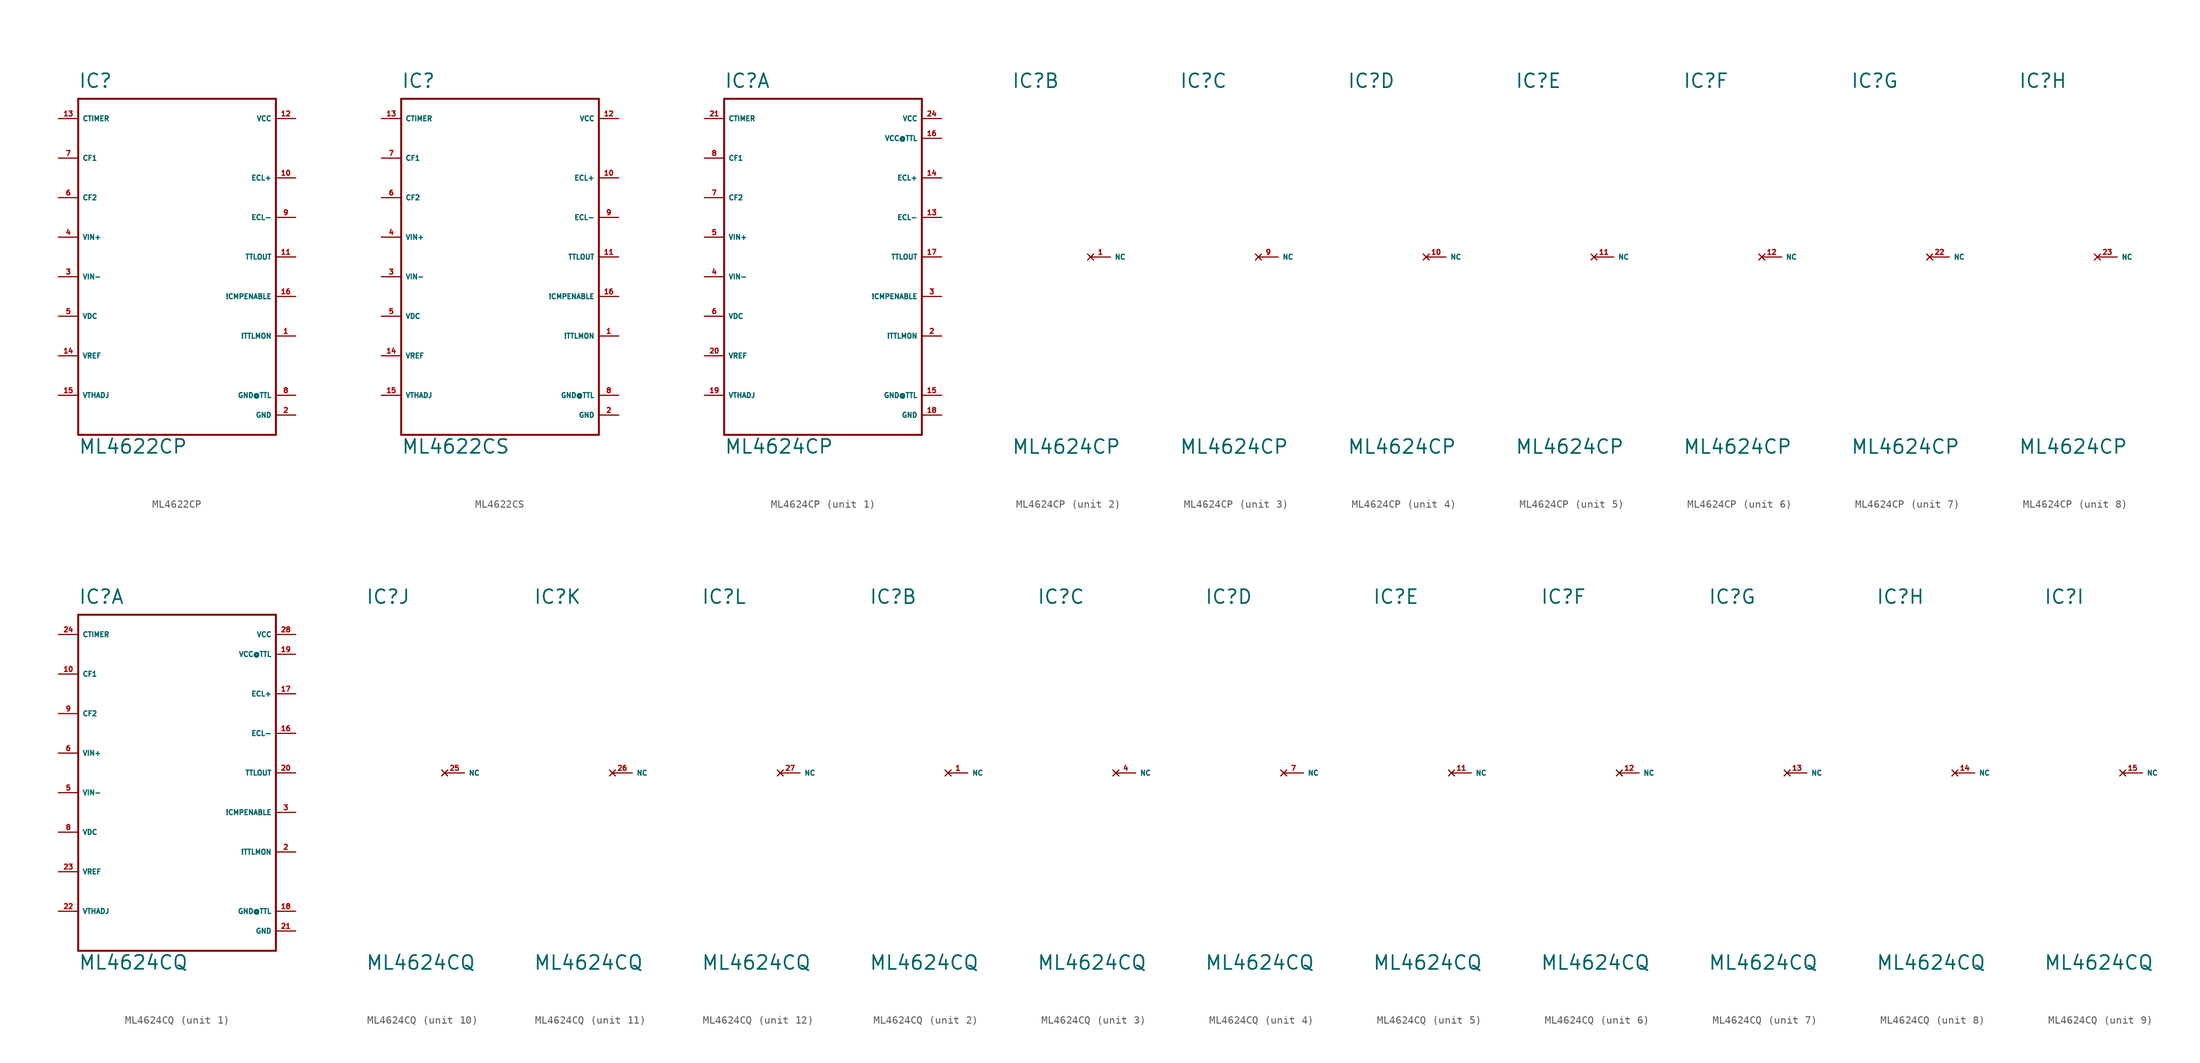
<source format=kicad_sym>
(kicad_symbol_lib
  (version 20220914)
  (generator Eagle2Kicad)
  (symbol "ML4622CP"
    (property "Reference" "IC"
      (at -12.7 21.59 0)
      (effects (font (size 1.778 1.778) (thickness 0.22)) (justify left bottom)))
    (property "Value" "ML4622CP"
      (at -12.7 -25.4 0)
      (effects (font (size 1.778 1.778) (thickness 0.22)) (justify left bottom)))
    (polyline
      (pts (xy -12.7 20.32) (xy 12.7 20.32))
      (stroke (width 0.254) (type default))
      (fill (type none)))
    (polyline
      (pts (xy 12.7 20.32) (xy 12.7 -22.86))
      (stroke (width 0.254) (type default))
      (fill (type none)))
    (polyline
      (pts (xy 12.7 -22.86) (xy -12.7 -22.86))
      (stroke (width 0.254) (type default))
      (fill (type none)))
    (polyline
      (pts (xy -12.7 -22.86) (xy -12.7 20.32))
      (stroke (width 0.254) (type default))
      (fill (type none)))
    (pin input line
      (at -15.24 2.54 0)
      (length 2.54)
      (name "VIN+" (effects (font (size 0.635 0.635) (thickness 0.08)) (justify left bottom)))
      (number "4" (effects (font (size 0.635 0.635) (thickness 0.08)) (justify left bottom))))
    (pin input line
      (at -15.24 -2.54 0)
      (length 2.54)
      (name "VIN-" (effects (font (size 0.635 0.635) (thickness 0.08)) (justify left bottom)))
      (number "3" (effects (font (size 0.635 0.635) (thickness 0.08)) (justify left bottom))))
    (pin passive line
      (at -15.24 -7.62 0)
      (length 2.54)
      (name "VDC" (effects (font (size 0.635 0.635) (thickness 0.08)) (justify left bottom)))
      (number "5" (effects (font (size 0.635 0.635) (thickness 0.08)) (justify left bottom))))
    (pin input line
      (at -15.24 -12.7 0)
      (length 2.54)
      (name "VREF" (effects (font (size 0.635 0.635) (thickness 0.08)) (justify left bottom)))
      (number "14" (effects (font (size 0.635 0.635) (thickness 0.08)) (justify left bottom))))
    (pin input line
      (at -15.24 -17.78 0)
      (length 2.54)
      (name "VTHADJ" (effects (font (size 0.635 0.635) (thickness 0.08)) (justify left bottom)))
      (number "15" (effects (font (size 0.635 0.635) (thickness 0.08)) (justify left bottom))))
    (pin passive line
      (at -15.24 17.78 0)
      (length 2.54)
      (name "CTIMER" (effects (font (size 0.635 0.635) (thickness 0.08)) (justify left bottom)))
      (number "13" (effects (font (size 0.635 0.635) (thickness 0.08)) (justify left bottom))))
    (pin passive line
      (at -15.24 12.7 0)
      (length 2.54)
      (name "CF1" (effects (font (size 0.635 0.635) (thickness 0.08)) (justify left bottom)))
      (number "7" (effects (font (size 0.635 0.635) (thickness 0.08)) (justify left bottom))))
    (pin passive line
      (at -15.24 7.62 0)
      (length 2.54)
      (name "CF2" (effects (font (size 0.635 0.635) (thickness 0.08)) (justify left bottom)))
      (number "6" (effects (font (size 0.635 0.635) (thickness 0.08)) (justify left bottom))))
    (pin output line
      (at 15.24 10.16 180)
      (length 2.54)
      (name "ECL+" (effects (font (size 0.635 0.635) (thickness 0.08)) (justify left bottom)))
      (number "10" (effects (font (size 0.635 0.635) (thickness 0.08)) (justify left bottom))))
    (pin output line
      (at 15.24 5.08 180)
      (length 2.54)
      (name "ECL-" (effects (font (size 0.635 0.635) (thickness 0.08)) (justify left bottom)))
      (number "9" (effects (font (size 0.635 0.635) (thickness 0.08)) (justify left bottom))))
    (pin output line
      (at 15.24 0 180)
      (length 2.54)
      (name "TTLOUT" (effects (font (size 0.635 0.635) (thickness 0.08)) (justify left bottom)))
      (number "11" (effects (font (size 0.635 0.635) (thickness 0.08)) (justify left bottom))))
    (pin input line
      (at 15.24 -5.08 180)
      (length 2.54)
      (name "!CMPENABLE" (effects (font (size 0.635 0.635) (thickness 0.08)) (justify left bottom)))
      (number "16" (effects (font (size 0.635 0.635) (thickness 0.08)) (justify left bottom))))
    (pin output line
      (at 15.24 -10.16 180)
      (length 2.54)
      (name "!TTLMON" (effects (font (size 0.635 0.635) (thickness 0.08)) (justify left bottom)))
      (number "1" (effects (font (size 0.635 0.635) (thickness 0.08)) (justify left bottom))))
    (pin unspecified line
      (at 15.24 17.78 180)
      (length 2.54)
      (name "VCC" (effects (font (size 0.635 0.635) (thickness 0.08)) (justify left bottom)))
      (number "12" (effects (font (size 0.635 0.635) (thickness 0.08)) (justify left bottom))))
    (pin unspecified line
      (at 15.24 -20.32 180)
      (length 2.54)
      (name "GND" (effects (font (size 0.635 0.635) (thickness 0.08)) (justify left bottom)))
      (number "2" (effects (font (size 0.635 0.635) (thickness 0.08)) (justify left bottom))))
    (pin unspecified line
      (at 15.24 -17.78 180)
      (length 2.54)
      (name "GND@TTL" (effects (font (size 0.635 0.635) (thickness 0.08)) (justify left bottom)))
      (number "8" (effects (font (size 0.635 0.635) (thickness 0.08)) (justify left bottom)))))
  (symbol "ML4622CS"
    (property "Reference" "IC"
      (at -12.7 21.59 0)
      (effects (font (size 1.778 1.778) (thickness 0.22)) (justify left bottom)))
    (property "Value" "ML4622CS"
      (at -12.7 -25.4 0)
      (effects (font (size 1.778 1.778) (thickness 0.22)) (justify left bottom)))
    (polyline
      (pts (xy -12.7 20.32) (xy 12.7 20.32))
      (stroke (width 0.254) (type default))
      (fill (type none)))
    (polyline
      (pts (xy 12.7 20.32) (xy 12.7 -22.86))
      (stroke (width 0.254) (type default))
      (fill (type none)))
    (polyline
      (pts (xy 12.7 -22.86) (xy -12.7 -22.86))
      (stroke (width 0.254) (type default))
      (fill (type none)))
    (polyline
      (pts (xy -12.7 -22.86) (xy -12.7 20.32))
      (stroke (width 0.254) (type default))
      (fill (type none)))
    (pin input line
      (at -15.24 2.54 0)
      (length 2.54)
      (name "VIN+" (effects (font (size 0.635 0.635) (thickness 0.08)) (justify left bottom)))
      (number "4" (effects (font (size 0.635 0.635) (thickness 0.08)) (justify left bottom))))
    (pin input line
      (at -15.24 -2.54 0)
      (length 2.54)
      (name "VIN-" (effects (font (size 0.635 0.635) (thickness 0.08)) (justify left bottom)))
      (number "3" (effects (font (size 0.635 0.635) (thickness 0.08)) (justify left bottom))))
    (pin passive line
      (at -15.24 -7.62 0)
      (length 2.54)
      (name "VDC" (effects (font (size 0.635 0.635) (thickness 0.08)) (justify left bottom)))
      (number "5" (effects (font (size 0.635 0.635) (thickness 0.08)) (justify left bottom))))
    (pin input line
      (at -15.24 -12.7 0)
      (length 2.54)
      (name "VREF" (effects (font (size 0.635 0.635) (thickness 0.08)) (justify left bottom)))
      (number "14" (effects (font (size 0.635 0.635) (thickness 0.08)) (justify left bottom))))
    (pin input line
      (at -15.24 -17.78 0)
      (length 2.54)
      (name "VTHADJ" (effects (font (size 0.635 0.635) (thickness 0.08)) (justify left bottom)))
      (number "15" (effects (font (size 0.635 0.635) (thickness 0.08)) (justify left bottom))))
    (pin passive line
      (at -15.24 17.78 0)
      (length 2.54)
      (name "CTIMER" (effects (font (size 0.635 0.635) (thickness 0.08)) (justify left bottom)))
      (number "13" (effects (font (size 0.635 0.635) (thickness 0.08)) (justify left bottom))))
    (pin passive line
      (at -15.24 12.7 0)
      (length 2.54)
      (name "CF1" (effects (font (size 0.635 0.635) (thickness 0.08)) (justify left bottom)))
      (number "7" (effects (font (size 0.635 0.635) (thickness 0.08)) (justify left bottom))))
    (pin passive line
      (at -15.24 7.62 0)
      (length 2.54)
      (name "CF2" (effects (font (size 0.635 0.635) (thickness 0.08)) (justify left bottom)))
      (number "6" (effects (font (size 0.635 0.635) (thickness 0.08)) (justify left bottom))))
    (pin output line
      (at 15.24 10.16 180)
      (length 2.54)
      (name "ECL+" (effects (font (size 0.635 0.635) (thickness 0.08)) (justify left bottom)))
      (number "10" (effects (font (size 0.635 0.635) (thickness 0.08)) (justify left bottom))))
    (pin output line
      (at 15.24 5.08 180)
      (length 2.54)
      (name "ECL-" (effects (font (size 0.635 0.635) (thickness 0.08)) (justify left bottom)))
      (number "9" (effects (font (size 0.635 0.635) (thickness 0.08)) (justify left bottom))))
    (pin output line
      (at 15.24 0 180)
      (length 2.54)
      (name "TTLOUT" (effects (font (size 0.635 0.635) (thickness 0.08)) (justify left bottom)))
      (number "11" (effects (font (size 0.635 0.635) (thickness 0.08)) (justify left bottom))))
    (pin input line
      (at 15.24 -5.08 180)
      (length 2.54)
      (name "!CMPENABLE" (effects (font (size 0.635 0.635) (thickness 0.08)) (justify left bottom)))
      (number "16" (effects (font (size 0.635 0.635) (thickness 0.08)) (justify left bottom))))
    (pin output line
      (at 15.24 -10.16 180)
      (length 2.54)
      (name "!TTLMON" (effects (font (size 0.635 0.635) (thickness 0.08)) (justify left bottom)))
      (number "1" (effects (font (size 0.635 0.635) (thickness 0.08)) (justify left bottom))))
    (pin unspecified line
      (at 15.24 17.78 180)
      (length 2.54)
      (name "VCC" (effects (font (size 0.635 0.635) (thickness 0.08)) (justify left bottom)))
      (number "12" (effects (font (size 0.635 0.635) (thickness 0.08)) (justify left bottom))))
    (pin unspecified line
      (at 15.24 -20.32 180)
      (length 2.54)
      (name "GND" (effects (font (size 0.635 0.635) (thickness 0.08)) (justify left bottom)))
      (number "2" (effects (font (size 0.635 0.635) (thickness 0.08)) (justify left bottom))))
    (pin unspecified line
      (at 15.24 -17.78 180)
      (length 2.54)
      (name "GND@TTL" (effects (font (size 0.635 0.635) (thickness 0.08)) (justify left bottom)))
      (number "8" (effects (font (size 0.635 0.635) (thickness 0.08)) (justify left bottom)))))
  (symbol "ML4624CP"
    (property "Reference" "IC"
      (at -12.7 21.59 0)
      (effects (font (size 1.778 1.778) (thickness 0.22)) (justify left bottom)))
    (property "Value" "ML4624CP"
      (at -12.7 -25.4 0)
      (effects (font (size 1.778 1.778) (thickness 0.22)) (justify left bottom)))
    (symbol "ML4624CP_1_0"
      (polyline (pts (xy -12.7 20.32) (xy 12.7 20.32)) (stroke (width 0.254) (type default)) (fill (type none)))
      (polyline (pts (xy 12.7 20.32) (xy 12.7 -22.86)) (stroke (width 0.254) (type default)) (fill (type none)))
      (polyline (pts (xy 12.7 -22.86) (xy -12.7 -22.86)) (stroke (width 0.254) (type default)) (fill (type none)))
      (polyline (pts (xy -12.7 -22.86) (xy -12.7 20.32)) (stroke (width 0.254) (type default)) (fill (type none)))
      (pin input line (at -15.24 2.54 0) (length 2.54) (name "VIN+" (effects (font (size 0.635 0.635) (thickness 0.08)) (justify left bottom))) (number "5" (effects (font (size 0.635 0.635) (thickness 0.08)) (justify left bottom))))
      (pin input line (at -15.24 -2.54 0) (length 2.54) (name "VIN-" (effects (font (size 0.635 0.635) (thickness 0.08)) (justify left bottom))) (number "4" (effects (font (size 0.635 0.635) (thickness 0.08)) (justify left bottom))))
      (pin passive line (at -15.24 -7.62 0) (length 2.54) (name "VDC" (effects (font (size 0.635 0.635) (thickness 0.08)) (justify left bottom))) (number "6" (effects (font (size 0.635 0.635) (thickness 0.08)) (justify left bottom))))
      (pin input line (at -15.24 -12.7 0) (length 2.54) (name "VREF" (effects (font (size 0.635 0.635) (thickness 0.08)) (justify left bottom))) (number "20" (effects (font (size 0.635 0.635) (thickness 0.08)) (justify left bottom))))
      (pin input line (at -15.24 -17.78 0) (length 2.54) (name "VTHADJ" (effects (font (size 0.635 0.635) (thickness 0.08)) (justify left bottom))) (number "19" (effects (font (size 0.635 0.635) (thickness 0.08)) (justify left bottom))))
      (pin passive line (at -15.24 17.78 0) (length 2.54) (name "CTIMER" (effects (font (size 0.635 0.635) (thickness 0.08)) (justify left bottom))) (number "21" (effects (font (size 0.635 0.635) (thickness 0.08)) (justify left bottom))))
      (pin passive line (at -15.24 12.7 0) (length 2.54) (name "CF1" (effects (font (size 0.635 0.635) (thickness 0.08)) (justify left bottom))) (number "8" (effects (font (size 0.635 0.635) (thickness 0.08)) (justify left bottom))))
      (pin passive line (at -15.24 7.62 0) (length 2.54) (name "CF2" (effects (font (size 0.635 0.635) (thickness 0.08)) (justify left bottom))) (number "7" (effects (font (size 0.635 0.635) (thickness 0.08)) (justify left bottom))))
      (pin output line (at 15.24 10.16 180) (length 2.54) (name "ECL+" (effects (font (size 0.635 0.635) (thickness 0.08)) (justify left bottom))) (number "14" (effects (font (size 0.635 0.635) (thickness 0.08)) (justify left bottom))))
      (pin output line (at 15.24 5.08 180) (length 2.54) (name "ECL-" (effects (font (size 0.635 0.635) (thickness 0.08)) (justify left bottom))) (number "13" (effects (font (size 0.635 0.635) (thickness 0.08)) (justify left bottom))))
      (pin output line (at 15.24 0 180) (length 2.54) (name "TTLOUT" (effects (font (size 0.635 0.635) (thickness 0.08)) (justify left bottom))) (number "17" (effects (font (size 0.635 0.635) (thickness 0.08)) (justify left bottom))))
      (pin input line (at 15.24 -5.08 180) (length 2.54) (name "!CMPENABLE" (effects (font (size 0.635 0.635) (thickness 0.08)) (justify left bottom))) (number "3" (effects (font (size 0.635 0.635) (thickness 0.08)) (justify left bottom))))
      (pin output line (at 15.24 -10.16 180) (length 2.54) (name "!TTLMON" (effects (font (size 0.635 0.635) (thickness 0.08)) (justify left bottom))) (number "2" (effects (font (size 0.635 0.635) (thickness 0.08)) (justify left bottom))))
      (pin unspecified line (at 15.24 15.24 180) (length 2.54) (name "VCC@TTL" (effects (font (size 0.635 0.635) (thickness 0.08)) (justify left bottom))) (number "16" (effects (font (size 0.635 0.635) (thickness 0.08)) (justify left bottom))))
      (pin unspecified line (at 15.24 17.78 180) (length 2.54) (name "VCC" (effects (font (size 0.635 0.635) (thickness 0.08)) (justify left bottom))) (number "24" (effects (font (size 0.635 0.635) (thickness 0.08)) (justify left bottom))))
      (pin unspecified line (at 15.24 -20.32 180) (length 2.54) (name "GND" (effects (font (size 0.635 0.635) (thickness 0.08)) (justify left bottom))) (number "18" (effects (font (size 0.635 0.635) (thickness 0.08)) (justify left bottom))))
      (pin unspecified line (at 15.24 -17.78 180) (length 2.54) (name "GND@TTL" (effects (font (size 0.635 0.635) (thickness 0.08)) (justify left bottom))) (number "15" (effects (font (size 0.635 0.635) (thickness 0.08)) (justify left bottom)))))
    (symbol "ML4624CP_2_0"
      (pin no_connect line (at -2.54 0 0) (length 2.54) (name "NC" (effects (font (size 0.635 0.635) (thickness 0.08)) (justify left bottom) hide)) (number "1" (effects (font (size 0.635 0.635) (thickness 0.08)) (justify left bottom) hide))))
    (symbol "ML4624CP_3_0"
      (pin no_connect line (at -2.54 0 0) (length 2.54) (name "NC" (effects (font (size 0.635 0.635) (thickness 0.08)) (justify left bottom) hide)) (number "9" (effects (font (size 0.635 0.635) (thickness 0.08)) (justify left bottom) hide))))
    (symbol "ML4624CP_4_0"
      (pin no_connect line (at -2.54 0 0) (length 2.54) (name "NC" (effects (font (size 0.635 0.635) (thickness 0.08)) (justify left bottom) hide)) (number "10" (effects (font (size 0.635 0.635) (thickness 0.08)) (justify left bottom) hide))))
    (symbol "ML4624CP_5_0"
      (pin no_connect line (at -2.54 0 0) (length 2.54) (name "NC" (effects (font (size 0.635 0.635) (thickness 0.08)) (justify left bottom) hide)) (number "11" (effects (font (size 0.635 0.635) (thickness 0.08)) (justify left bottom) hide))))
    (symbol "ML4624CP_6_0"
      (pin no_connect line (at -2.54 0 0) (length 2.54) (name "NC" (effects (font (size 0.635 0.635) (thickness 0.08)) (justify left bottom) hide)) (number "12" (effects (font (size 0.635 0.635) (thickness 0.08)) (justify left bottom) hide))))
    (symbol "ML4624CP_7_0"
      (pin no_connect line (at -2.54 0 0) (length 2.54) (name "NC" (effects (font (size 0.635 0.635) (thickness 0.08)) (justify left bottom) hide)) (number "22" (effects (font (size 0.635 0.635) (thickness 0.08)) (justify left bottom) hide))))
    (symbol "ML4624CP_8_0"
      (pin no_connect line (at -2.54 0 0) (length 2.54) (name "NC" (effects (font (size 0.635 0.635) (thickness 0.08)) (justify left bottom) hide)) (number "23" (effects (font (size 0.635 0.635) (thickness 0.08)) (justify left bottom) hide)))))
  (symbol "ML4624CQ"
    (property "Reference" "IC"
      (at -12.7 21.59 0)
      (effects (font (size 1.778 1.778) (thickness 0.22)) (justify left bottom)))
    (property "Value" "ML4624CQ"
      (at -12.7 -25.4 0)
      (effects (font (size 1.778 1.778) (thickness 0.22)) (justify left bottom)))
    (symbol "ML4624CQ_1_0"
      (polyline (pts (xy -12.7 20.32) (xy 12.7 20.32)) (stroke (width 0.254) (type default)) (fill (type none)))
      (polyline (pts (xy 12.7 20.32) (xy 12.7 -22.86)) (stroke (width 0.254) (type default)) (fill (type none)))
      (polyline (pts (xy 12.7 -22.86) (xy -12.7 -22.86)) (stroke (width 0.254) (type default)) (fill (type none)))
      (polyline (pts (xy -12.7 -22.86) (xy -12.7 20.32)) (stroke (width 0.254) (type default)) (fill (type none)))
      (pin input line (at -15.24 2.54 0) (length 2.54) (name "VIN+" (effects (font (size 0.635 0.635) (thickness 0.08)) (justify left bottom))) (number "6" (effects (font (size 0.635 0.635) (thickness 0.08)) (justify left bottom))))
      (pin input line (at -15.24 -2.54 0) (length 2.54) (name "VIN-" (effects (font (size 0.635 0.635) (thickness 0.08)) (justify left bottom))) (number "5" (effects (font (size 0.635 0.635) (thickness 0.08)) (justify left bottom))))
      (pin passive line (at -15.24 -7.62 0) (length 2.54) (name "VDC" (effects (font (size 0.635 0.635) (thickness 0.08)) (justify left bottom))) (number "8" (effects (font (size 0.635 0.635) (thickness 0.08)) (justify left bottom))))
      (pin input line (at -15.24 -12.7 0) (length 2.54) (name "VREF" (effects (font (size 0.635 0.635) (thickness 0.08)) (justify left bottom))) (number "23" (effects (font (size 0.635 0.635) (thickness 0.08)) (justify left bottom))))
      (pin input line (at -15.24 -17.78 0) (length 2.54) (name "VTHADJ" (effects (font (size 0.635 0.635) (thickness 0.08)) (justify left bottom))) (number "22" (effects (font (size 0.635 0.635) (thickness 0.08)) (justify left bottom))))
      (pin passive line (at -15.24 17.78 0) (length 2.54) (name "CTIMER" (effects (font (size 0.635 0.635) (thickness 0.08)) (justify left bottom))) (number "24" (effects (font (size 0.635 0.635) (thickness 0.08)) (justify left bottom))))
      (pin passive line (at -15.24 12.7 0) (length 2.54) (name "CF1" (effects (font (size 0.635 0.635) (thickness 0.08)) (justify left bottom))) (number "10" (effects (font (size 0.635 0.635) (thickness 0.08)) (justify left bottom))))
      (pin passive line (at -15.24 7.62 0) (length 2.54) (name "CF2" (effects (font (size 0.635 0.635) (thickness 0.08)) (justify left bottom))) (number "9" (effects (font (size 0.635 0.635) (thickness 0.08)) (justify left bottom))))
      (pin output line (at 15.24 10.16 180) (length 2.54) (name "ECL+" (effects (font (size 0.635 0.635) (thickness 0.08)) (justify left bottom))) (number "17" (effects (font (size 0.635 0.635) (thickness 0.08)) (justify left bottom))))
      (pin output line (at 15.24 5.08 180) (length 2.54) (name "ECL-" (effects (font (size 0.635 0.635) (thickness 0.08)) (justify left bottom))) (number "16" (effects (font (size 0.635 0.635) (thickness 0.08)) (justify left bottom))))
      (pin output line (at 15.24 0 180) (length 2.54) (name "TTLOUT" (effects (font (size 0.635 0.635) (thickness 0.08)) (justify left bottom))) (number "20" (effects (font (size 0.635 0.635) (thickness 0.08)) (justify left bottom))))
      (pin input line (at 15.24 -5.08 180) (length 2.54) (name "!CMPENABLE" (effects (font (size 0.635 0.635) (thickness 0.08)) (justify left bottom))) (number "3" (effects (font (size 0.635 0.635) (thickness 0.08)) (justify left bottom))))
      (pin output line (at 15.24 -10.16 180) (length 2.54) (name "!TTLMON" (effects (font (size 0.635 0.635) (thickness 0.08)) (justify left bottom))) (number "2" (effects (font (size 0.635 0.635) (thickness 0.08)) (justify left bottom))))
      (pin unspecified line (at 15.24 15.24 180) (length 2.54) (name "VCC@TTL" (effects (font (size 0.635 0.635) (thickness 0.08)) (justify left bottom))) (number "19" (effects (font (size 0.635 0.635) (thickness 0.08)) (justify left bottom))))
      (pin unspecified line (at 15.24 17.78 180) (length 2.54) (name "VCC" (effects (font (size 0.635 0.635) (thickness 0.08)) (justify left bottom))) (number "28" (effects (font (size 0.635 0.635) (thickness 0.08)) (justify left bottom))))
      (pin unspecified line (at 15.24 -20.32 180) (length 2.54) (name "GND" (effects (font (size 0.635 0.635) (thickness 0.08)) (justify left bottom))) (number "21" (effects (font (size 0.635 0.635) (thickness 0.08)) (justify left bottom))))
      (pin unspecified line (at 15.24 -17.78 180) (length 2.54) (name "GND@TTL" (effects (font (size 0.635 0.635) (thickness 0.08)) (justify left bottom))) (number "18" (effects (font (size 0.635 0.635) (thickness 0.08)) (justify left bottom)))))
    (symbol "ML4624CQ_2_0"
      (pin no_connect line (at -2.54 0 0) (length 2.54) (name "NC" (effects (font (size 0.635 0.635) (thickness 0.08)) (justify left bottom) hide)) (number "1" (effects (font (size 0.635 0.635) (thickness 0.08)) (justify left bottom) hide))))
    (symbol "ML4624CQ_3_0"
      (pin no_connect line (at -2.54 0 0) (length 2.54) (name "NC" (effects (font (size 0.635 0.635) (thickness 0.08)) (justify left bottom) hide)) (number "4" (effects (font (size 0.635 0.635) (thickness 0.08)) (justify left bottom) hide))))
    (symbol "ML4624CQ_4_0"
      (pin no_connect line (at -2.54 0 0) (length 2.54) (name "NC" (effects (font (size 0.635 0.635) (thickness 0.08)) (justify left bottom) hide)) (number "7" (effects (font (size 0.635 0.635) (thickness 0.08)) (justify left bottom) hide))))
    (symbol "ML4624CQ_5_0"
      (pin no_connect line (at -2.54 0 0) (length 2.54) (name "NC" (effects (font (size 0.635 0.635) (thickness 0.08)) (justify left bottom) hide)) (number "11" (effects (font (size 0.635 0.635) (thickness 0.08)) (justify left bottom) hide))))
    (symbol "ML4624CQ_6_0"
      (pin no_connect line (at -2.54 0 0) (length 2.54) (name "NC" (effects (font (size 0.635 0.635) (thickness 0.08)) (justify left bottom) hide)) (number "12" (effects (font (size 0.635 0.635) (thickness 0.08)) (justify left bottom) hide))))
    (symbol "ML4624CQ_7_0"
      (pin no_connect line (at -2.54 0 0) (length 2.54) (name "NC" (effects (font (size 0.635 0.635) (thickness 0.08)) (justify left bottom) hide)) (number "13" (effects (font (size 0.635 0.635) (thickness 0.08)) (justify left bottom) hide))))
    (symbol "ML4624CQ_8_0"
      (pin no_connect line (at -2.54 0 0) (length 2.54) (name "NC" (effects (font (size 0.635 0.635) (thickness 0.08)) (justify left bottom) hide)) (number "14" (effects (font (size 0.635 0.635) (thickness 0.08)) (justify left bottom) hide))))
    (symbol "ML4624CQ_9_0"
      (pin no_connect line (at -2.54 0 0) (length 2.54) (name "NC" (effects (font (size 0.635 0.635) (thickness 0.08)) (justify left bottom) hide)) (number "15" (effects (font (size 0.635 0.635) (thickness 0.08)) (justify left bottom) hide))))
    (symbol "ML4624CQ_10_0"
      (pin no_connect line (at -2.54 0 0) (length 2.54) (name "NC" (effects (font (size 0.635 0.635) (thickness 0.08)) (justify left bottom) hide)) (number "25" (effects (font (size 0.635 0.635) (thickness 0.08)) (justify left bottom) hide))))
    (symbol "ML4624CQ_11_0"
      (pin no_connect line (at -2.54 0 0) (length 2.54) (name "NC" (effects (font (size 0.635 0.635) (thickness 0.08)) (justify left bottom) hide)) (number "26" (effects (font (size 0.635 0.635) (thickness 0.08)) (justify left bottom) hide))))
    (symbol "ML4624CQ_12_0"
      (pin no_connect line (at -2.54 0 0) (length 2.54) (name "NC" (effects (font (size 0.635 0.635) (thickness 0.08)) (justify left bottom) hide)) (number "27" (effects (font (size 0.635 0.635) (thickness 0.08)) (justify left bottom) hide))))))
</source>
